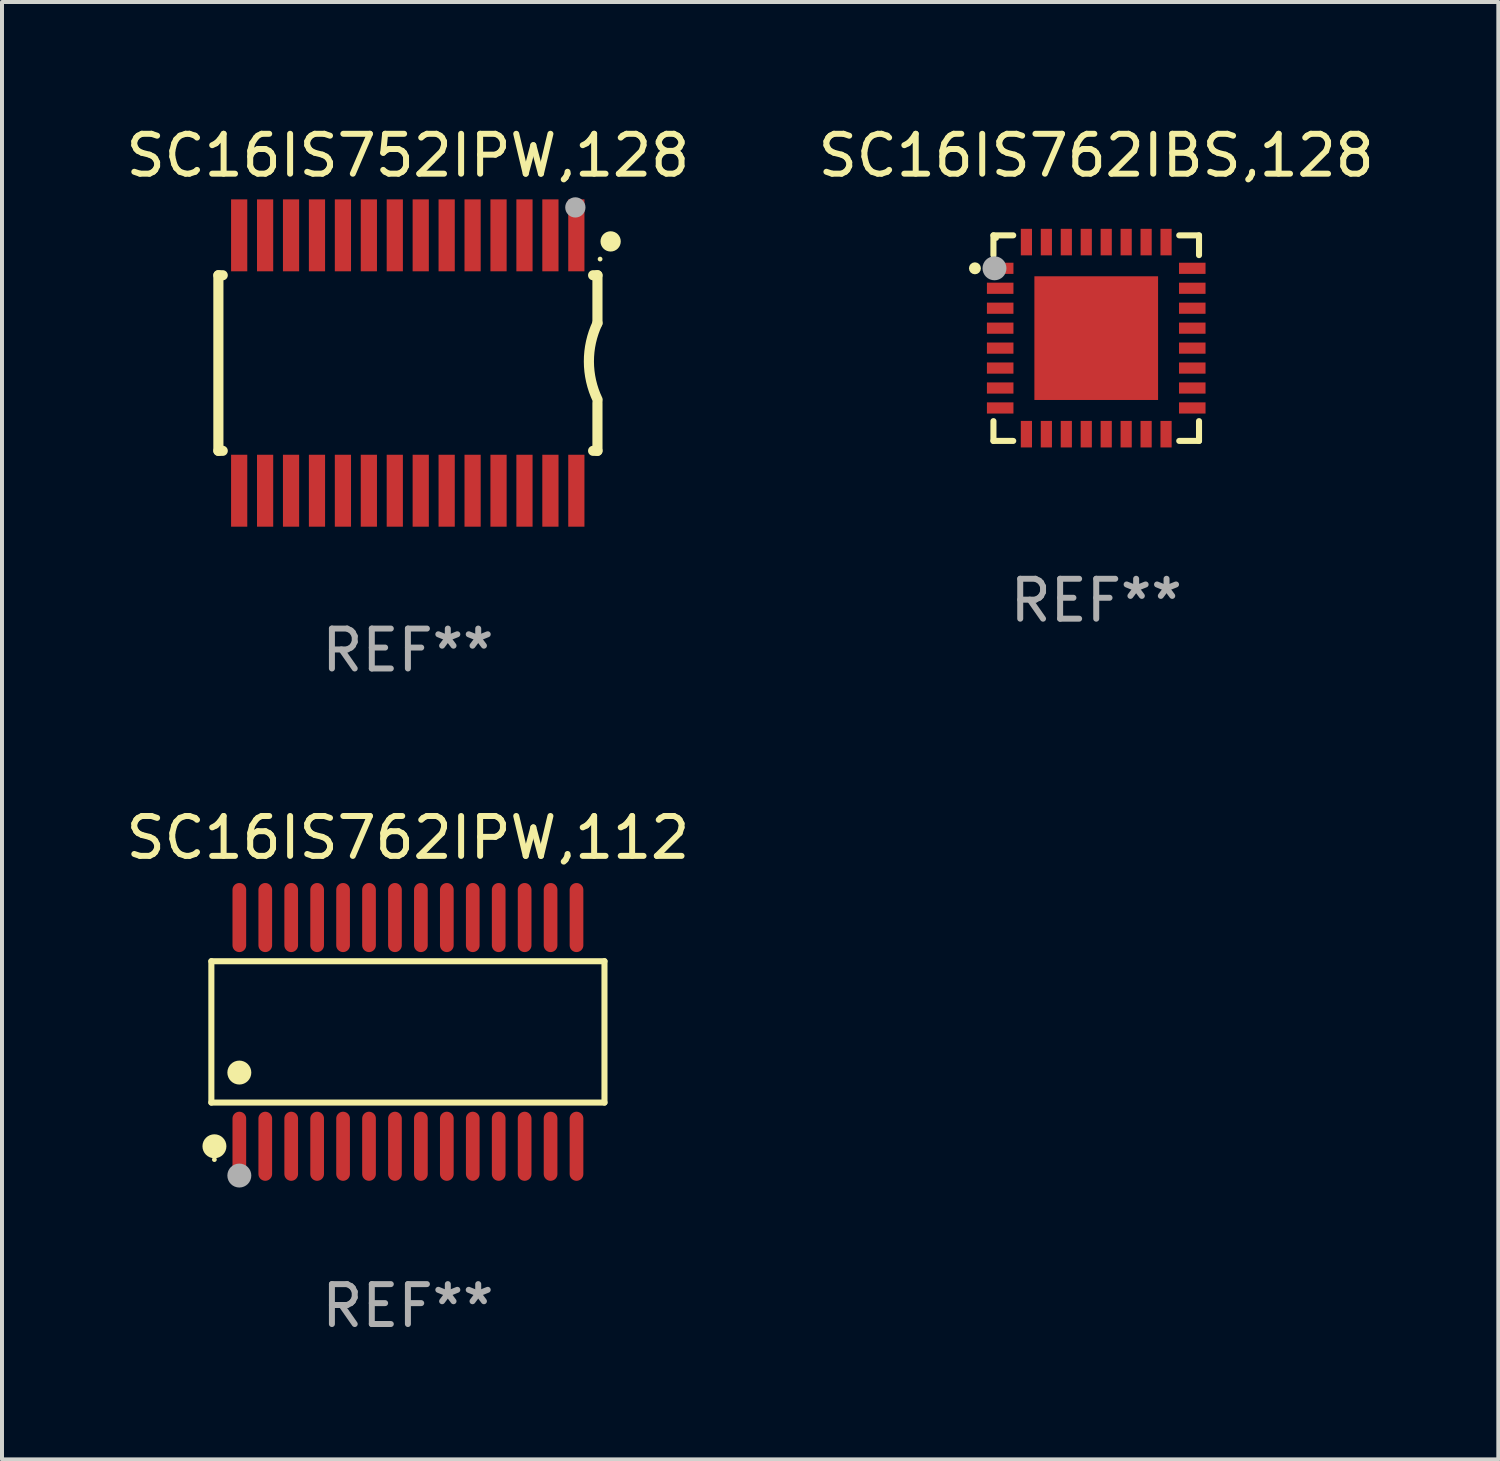
<source format=kicad_pcb>
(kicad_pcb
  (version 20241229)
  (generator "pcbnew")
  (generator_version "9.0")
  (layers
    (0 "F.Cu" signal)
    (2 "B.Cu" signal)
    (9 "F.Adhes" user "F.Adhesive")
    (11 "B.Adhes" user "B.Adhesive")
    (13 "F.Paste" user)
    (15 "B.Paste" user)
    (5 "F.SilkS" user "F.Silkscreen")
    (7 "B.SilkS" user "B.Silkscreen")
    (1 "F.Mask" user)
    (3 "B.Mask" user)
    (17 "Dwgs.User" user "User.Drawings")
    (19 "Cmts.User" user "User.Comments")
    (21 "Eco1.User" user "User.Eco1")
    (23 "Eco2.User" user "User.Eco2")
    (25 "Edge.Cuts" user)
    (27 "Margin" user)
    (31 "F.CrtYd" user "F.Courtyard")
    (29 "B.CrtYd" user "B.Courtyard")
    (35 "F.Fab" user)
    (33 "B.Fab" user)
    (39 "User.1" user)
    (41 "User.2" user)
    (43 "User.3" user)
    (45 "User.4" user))
  (footprint "SC16IS762IBS,128"
    (layer "F.Cu")
    (at 24.423 5.424)
    (property "Reference" "SC16IS762IBS,128" (at 0 -4.576 0) (layer "F.SilkS") (effects (font (size 1 1) (thickness 0.15))))
    (attr through_hole)
    (fp_line (start -2.576 -2.576) (end -2.576 -2.08) (stroke (width 0.152) (type solid)) (layer "F.SilkS"))
    (fp_line (start -2.576 2.576) (end -2.576 2.08) (stroke (width 0.152) (type solid)) (layer "F.SilkS"))
    (fp_line (start -2.08 -2.576) (end -2.576 -2.576) (stroke (width 0.152) (type solid)) (layer "F.SilkS"))
    (fp_line (start -2.08 2.576) (end -2.576 2.576) (stroke (width 0.152) (type solid)) (layer "F.SilkS"))
    (fp_line (start 2.08 -2.576) (end 2.576 -2.576) (stroke (width 0.152) (type solid)) (layer "F.SilkS"))
    (fp_line (start 2.08 2.576) (end 2.576 2.576) (stroke (width 0.152) (type solid)) (layer "F.SilkS"))
    (fp_line (start 2.576 -2.576) (end 2.576 -2.08) (stroke (width 0.152) (type solid)) (layer "F.SilkS"))
    (fp_line (start 2.576 2.576) (end 2.576 2.08) (stroke (width 0.152) (type solid)) (layer "F.SilkS"))
    (fp_circle (center -3.04 -1.75) (end -2.965 -1.75) (stroke (width 0.15) (type solid)) (fill no) (layer "F.SilkS"))
    (fp_circle (center -2.5 -2.5) (end -2.47 -2.5) (stroke (width 0.06) (type solid)) (fill no) (layer "F.SilkS"))
    (fp_circle (center -2.55 -1.75) (end -2.4 -1.75) (stroke (width 0.3) (type solid)) (fill no) (layer "F.Fab"))
    (fp_text user "REF**" (at 0 6.576 0) (layer "F.Fab") (effects (font (size 1 1) (thickness 0.15))))
    (pad "1" smd rect (at -2.407 -1.75) (size 0.665 0.28) (layers "F.Cu" "F.Mask" "F.Paste"))
    (pad "2" smd rect (at -2.407 -1.25) (size 0.665 0.28) (layers "F.Cu" "F.Mask" "F.Paste"))
    (pad "3" smd rect (at -2.407 -0.75) (size 0.665 0.28) (layers "F.Cu" "F.Mask" "F.Paste"))
    (pad "4" smd rect (at -2.407 -0.25) (size 0.665 0.28) (layers "F.Cu" "F.Mask" "F.Paste"))
    (pad "5" smd rect (at -2.407 0.25) (size 0.665 0.28) (layers "F.Cu" "F.Mask" "F.Paste"))
    (pad "6" smd rect (at -2.407 0.75) (size 0.665 0.28) (layers "F.Cu" "F.Mask" "F.Paste"))
    (pad "7" smd rect (at -2.407 1.25) (size 0.665 0.28) (layers "F.Cu" "F.Mask" "F.Paste"))
    (pad "8" smd rect (at -2.407 1.75) (size 0.665 0.28) (layers "F.Cu" "F.Mask" "F.Paste"))
    (pad "9" smd rect (at -1.75 2.407) (size 0.28 0.665) (layers "F.Cu" "F.Mask" "F.Paste"))
    (pad "10" smd rect (at -1.25 2.407) (size 0.28 0.665) (layers "F.Cu" "F.Mask" "F.Paste"))
    (pad "11" smd rect (at -0.75 2.407) (size 0.28 0.665) (layers "F.Cu" "F.Mask" "F.Paste"))
    (pad "12" smd rect (at -0.25 2.407) (size 0.28 0.665) (layers "F.Cu" "F.Mask" "F.Paste"))
    (pad "13" smd rect (at 0.25 2.407) (size 0.28 0.665) (layers "F.Cu" "F.Mask" "F.Paste"))
    (pad "14" smd rect (at 0.75 2.407) (size 0.28 0.665) (layers "F.Cu" "F.Mask" "F.Paste"))
    (pad "15" smd rect (at 1.25 2.407) (size 0.28 0.665) (layers "F.Cu" "F.Mask" "F.Paste"))
    (pad "16" smd rect (at 1.75 2.407) (size 0.28 0.665) (layers "F.Cu" "F.Mask" "F.Paste"))
    (pad "17" smd rect (at 2.407 1.75) (size 0.665 0.28) (layers "F.Cu" "F.Mask" "F.Paste"))
    (pad "18" smd rect (at 2.407 1.25) (size 0.665 0.28) (layers "F.Cu" "F.Mask" "F.Paste"))
    (pad "19" smd rect (at 2.407 0.75) (size 0.665 0.28) (layers "F.Cu" "F.Mask" "F.Paste"))
    (pad "20" smd rect (at 2.407 0.25) (size 0.665 0.28) (layers "F.Cu" "F.Mask" "F.Paste"))
    (pad "21" smd rect (at 2.407 -0.25) (size 0.665 0.28) (layers "F.Cu" "F.Mask" "F.Paste"))
    (pad "22" smd rect (at 2.407 -0.75) (size 0.665 0.28) (layers "F.Cu" "F.Mask" "F.Paste"))
    (pad "23" smd rect (at 2.407 -1.25) (size 0.665 0.28) (layers "F.Cu" "F.Mask" "F.Paste"))
    (pad "24" smd rect (at 2.407 -1.75) (size 0.665 0.28) (layers "F.Cu" "F.Mask" "F.Paste"))
    (pad "25" smd rect (at 1.75 -2.407) (size 0.28 0.665) (layers "F.Cu" "F.Mask" "F.Paste"))
    (pad "26" smd rect (at 1.25 -2.407) (size 0.28 0.665) (layers "F.Cu" "F.Mask" "F.Paste"))
    (pad "27" smd rect (at 0.75 -2.407) (size 0.28 0.665) (layers "F.Cu" "F.Mask" "F.Paste"))
    (pad "28" smd rect (at 0.25 -2.407) (size 0.28 0.665) (layers "F.Cu" "F.Mask" "F.Paste"))
    (pad "29" smd rect (at -0.25 -2.407) (size 0.28 0.665) (layers "F.Cu" "F.Mask" "F.Paste"))
    (pad "30" smd rect (at -0.75 -2.407) (size 0.28 0.665) (layers "F.Cu" "F.Mask" "F.Paste"))
    (pad "31" smd rect (at -1.25 -2.407) (size 0.28 0.665) (layers "F.Cu" "F.Mask" "F.Paste"))
    (pad "32" smd rect (at -1.75 -2.407) (size 0.28 0.665) (layers "F.Cu" "F.Mask" "F.Paste"))
    (pad "33" smd rect (at 0 0) (size 3.1 3.1) (layers "F.Cu" "F.Mask" "F.Paste")))
  (footprint "SC16IS752IPW,128"
    (layer "F.Cu")
    (at 7.173 6.048)
    (property "Reference" "SC16IS752IPW,128" (at 0 -5.2 0) (layer "F.SilkS") (effects (font (size 1 1) (thickness 0.15))))
    (attr through_hole)
    (fp_line (start -4.75 -2.2) (end -4.75 2.2) (stroke (width 0.254) (type solid)) (layer "F.SilkS"))
    (fp_line (start -4.641 -2.2) (end -4.75 -2.2) (stroke (width 0.254) (type solid)) (layer "F.SilkS"))
    (fp_line (start -4.641 2.2) (end -4.75 2.2) (stroke (width 0.254) (type solid)) (layer "F.SilkS"))
    (fp_line (start 4.75 -2.2) (end 4.641 -2.2) (stroke (width 0.254) (type solid)) (layer "F.SilkS"))
    (fp_line (start 4.75 -2.2) (end 4.75 -1) (stroke (width 0.254) (type solid)) (layer "F.SilkS"))
    (fp_line (start 4.75 2.2) (end 4.641 2.2) (stroke (width 0.254) (type solid)) (layer "F.SilkS"))
    (fp_line (start 4.75 2.2) (end 4.75 1) (stroke (width 0.254) (type solid)) (layer "F.SilkS"))
    (fp_arc (start 4.753975 0.920853) (mid 4.535464 -0.039101) (end 4.750013 -0.999949) (stroke (width 0.254001) (type solid)) (layer "F.SilkS"))
    (fp_circle (center 4.816 -2.605) (end 4.846 -2.605) (stroke (width 0.06) (type solid)) (fill no) (layer "F.SilkS"))
    (fp_circle (center 5.08 -3.048) (end 5.207 -3.048) (stroke (width 0.254) (type solid)) (fill no) (layer "F.SilkS"))
    (fp_circle (center 4.196 -3.9) (end 4.323 -3.9) (stroke (width 0.254) (type solid)) (fill no) (layer "F.Fab"))
    (fp_text user "REF**" (at 0 7.2 0) (layer "F.Fab") (effects (font (size 1 1) (thickness 0.15))))
    (pad "1" smd rect (at 4.221 -3.2 270) (size 1.803 0.406) (layers "F.Cu" "F.Mask" "F.Paste"))
    (pad "2" smd rect (at 3.571 -3.2 270) (size 1.803 0.406) (layers "F.Cu" "F.Mask" "F.Paste"))
    (pad "3" smd rect (at 2.921 -3.2 270) (size 1.803 0.406) (layers "F.Cu" "F.Mask" "F.Paste"))
    (pad "4" smd rect (at 2.271 -3.2 270) (size 1.803 0.406) (layers "F.Cu" "F.Mask" "F.Paste"))
    (pad "5" smd rect (at 1.621 -3.2 270) (size 1.803 0.406) (layers "F.Cu" "F.Mask" "F.Paste"))
    (pad "6" smd rect (at 0.971 -3.2 270) (size 1.803 0.406) (layers "F.Cu" "F.Mask" "F.Paste"))
    (pad "7" smd rect (at 0.321 -3.2 270) (size 1.803 0.406) (layers "F.Cu" "F.Mask" "F.Paste"))
    (pad "8" smd rect (at -0.329 -3.2 270) (size 1.803 0.406) (layers "F.Cu" "F.Mask" "F.Paste"))
    (pad "9" smd rect (at -0.979 -3.2 270) (size 1.803 0.406) (layers "F.Cu" "F.Mask" "F.Paste"))
    (pad "10" smd rect (at -1.629 -3.2 270) (size 1.803 0.406) (layers "F.Cu" "F.Mask" "F.Paste"))
    (pad "11" smd rect (at -2.279 -3.2 270) (size 1.803 0.406) (layers "F.Cu" "F.Mask" "F.Paste"))
    (pad "12" smd rect (at -2.929 -3.2 270) (size 1.803 0.406) (layers "F.Cu" "F.Mask" "F.Paste"))
    (pad "13" smd rect (at -3.579 -3.2 270) (size 1.803 0.406) (layers "F.Cu" "F.Mask" "F.Paste"))
    (pad "14" smd rect (at -4.229 -3.2 270) (size 1.803 0.406) (layers "F.Cu" "F.Mask" "F.Paste"))
    (pad "15" smd rect (at -4.229 3.2 270) (size 1.803 0.406) (layers "F.Cu" "F.Mask" "F.Paste"))
    (pad "16" smd rect (at -3.579 3.2 270) (size 1.803 0.406) (layers "F.Cu" "F.Mask" "F.Paste"))
    (pad "17" smd rect (at -2.929 3.2 270) (size 1.803 0.406) (layers "F.Cu" "F.Mask" "F.Paste"))
    (pad "18" smd rect (at -2.279 3.2 270) (size 1.803 0.406) (layers "F.Cu" "F.Mask" "F.Paste"))
    (pad "19" smd rect (at -1.629 3.2 270) (size 1.803 0.406) (layers "F.Cu" "F.Mask" "F.Paste"))
    (pad "20" smd rect (at -0.979 3.2 270) (size 1.803 0.406) (layers "F.Cu" "F.Mask" "F.Paste"))
    (pad "21" smd rect (at -0.329 3.2 270) (size 1.803 0.406) (layers "F.Cu" "F.Mask" "F.Paste"))
    (pad "22" smd rect (at 0.321 3.2 270) (size 1.803 0.406) (layers "F.Cu" "F.Mask" "F.Paste"))
    (pad "23" smd rect (at 0.971 3.2 270) (size 1.803 0.406) (layers "F.Cu" "F.Mask" "F.Paste"))
    (pad "24" smd rect (at 1.621 3.2 270) (size 1.803 0.406) (layers "F.Cu" "F.Mask" "F.Paste"))
    (pad "25" smd rect (at 2.271 3.2 270) (size 1.803 0.406) (layers "F.Cu" "F.Mask" "F.Paste"))
    (pad "26" smd rect (at 2.921 3.2 270) (size 1.803 0.406) (layers "F.Cu" "F.Mask" "F.Paste"))
    (pad "27" smd rect (at 3.571 3.2 270) (size 1.803 0.406) (layers "F.Cu" "F.Mask" "F.Paste"))
    (pad "28" smd rect (at 4.221 3.2 270) (size 1.803 0.406) (layers "F.Cu" "F.Mask" "F.Paste")))
  (footprint "SC16IS762IPW,112"
    (layer "F.Cu")
    (at 7.173 22.811)
    (property "Reference" "SC16IS762IPW,112" (at 0 -4.866 0) (layer "F.SilkS") (effects (font (size 1 1) (thickness 0.15))))
    (attr through_hole)
    (fp_line (start -4.926 -1.772) (end 4.926 -1.772) (stroke (width 0.152) (type solid)) (layer "F.SilkS"))
    (fp_line (start -4.926 1.771) (end -4.926 -1.772) (stroke (width 0.152) (type solid)) (layer "F.SilkS"))
    (fp_line (start 4.926 -1.772) (end 4.926 1.771) (stroke (width 0.152) (type solid)) (layer "F.SilkS"))
    (fp_line (start 4.926 1.771) (end -4.926 1.771) (stroke (width 0.152) (type solid)) (layer "F.SilkS"))
    (fp_circle (center -4.85 3.2) (end -4.82 3.2) (stroke (width 0.06) (type solid)) (fill no) (layer "F.SilkS"))
    (fp_circle (center -4.849 2.866) (end -4.699 2.866) (stroke (width 0.3) (type solid)) (fill no) (layer "F.SilkS"))
    (fp_circle (center -4.225 1.019) (end -4.075 1.019) (stroke (width 0.3) (type solid)) (fill no) (layer "F.SilkS"))
    (fp_circle (center -4.225 3.6) (end -4.075 3.6) (stroke (width 0.3) (type solid)) (fill no) (layer "F.Fab"))
    (fp_text user "REF**" (at 0 6.866 0) (layer "F.Fab") (effects (font (size 1 1) (thickness 0.15))))
    (pad "1" smd oval (at -4.225 2.866) (size 0.343 1.731) (layers "F.Cu" "F.Mask" "F.Paste"))
    (pad "2" smd oval (at -3.575 2.866) (size 0.343 1.731) (layers "F.Cu" "F.Mask" "F.Paste"))
    (pad "3" smd oval (at -2.925 2.866) (size 0.343 1.731) (layers "F.Cu" "F.Mask" "F.Paste"))
    (pad "4" smd oval (at -2.275 2.866) (size 0.343 1.731) (layers "F.Cu" "F.Mask" "F.Paste"))
    (pad "5" smd oval (at -1.625 2.866) (size 0.343 1.731) (layers "F.Cu" "F.Mask" "F.Paste"))
    (pad "6" smd oval (at -0.975 2.866) (size 0.343 1.731) (layers "F.Cu" "F.Mask" "F.Paste"))
    (pad "7" smd oval (at -0.325 2.866) (size 0.343 1.731) (layers "F.Cu" "F.Mask" "F.Paste"))
    (pad "8" smd oval (at 0.325 2.866) (size 0.343 1.731) (layers "F.Cu" "F.Mask" "F.Paste"))
    (pad "9" smd oval (at 0.975 2.866) (size 0.343 1.731) (layers "F.Cu" "F.Mask" "F.Paste"))
    (pad "10" smd oval (at 1.625 2.866) (size 0.343 1.731) (layers "F.Cu" "F.Mask" "F.Paste"))
    (pad "11" smd oval (at 2.275 2.866) (size 0.343 1.731) (layers "F.Cu" "F.Mask" "F.Paste"))
    (pad "12" smd oval (at 2.925 2.866) (size 0.343 1.731) (layers "F.Cu" "F.Mask" "F.Paste"))
    (pad "13" smd oval (at 3.575 2.866) (size 0.343 1.731) (layers "F.Cu" "F.Mask" "F.Paste"))
    (pad "14" smd oval (at 4.225 2.866) (size 0.343 1.731) (layers "F.Cu" "F.Mask" "F.Paste"))
    (pad "15" smd oval (at 4.225 -2.866) (size 0.343 1.731) (layers "F.Cu" "F.Mask" "F.Paste"))
    (pad "16" smd oval (at 3.575 -2.866) (size 0.343 1.731) (layers "F.Cu" "F.Mask" "F.Paste"))
    (pad "17" smd oval (at 2.925 -2.866) (size 0.343 1.731) (layers "F.Cu" "F.Mask" "F.Paste"))
    (pad "18" smd oval (at 2.275 -2.866) (size 0.343 1.731) (layers "F.Cu" "F.Mask" "F.Paste"))
    (pad "19" smd oval (at 1.625 -2.866) (size 0.343 1.731) (layers "F.Cu" "F.Mask" "F.Paste"))
    (pad "20" smd oval (at 0.975 -2.866) (size 0.343 1.731) (layers "F.Cu" "F.Mask" "F.Paste"))
    (pad "21" smd oval (at 0.325 -2.866) (size 0.343 1.731) (layers "F.Cu" "F.Mask" "F.Paste"))
    (pad "22" smd oval (at -0.325 -2.866) (size 0.343 1.731) (layers "F.Cu" "F.Mask" "F.Paste"))
    (pad "23" smd oval (at -0.975 -2.866) (size 0.343 1.731) (layers "F.Cu" "F.Mask" "F.Paste"))
    (pad "24" smd oval (at -1.625 -2.866) (size 0.343 1.731) (layers "F.Cu" "F.Mask" "F.Paste"))
    (pad "25" smd oval (at -2.275 -2.866) (size 0.343 1.731) (layers "F.Cu" "F.Mask" "F.Paste"))
    (pad "26" smd oval (at -2.925 -2.866) (size 0.343 1.731) (layers "F.Cu" "F.Mask" "F.Paste"))
    (pad "27" smd oval (at -3.575 -2.866) (size 0.343 1.731) (layers "F.Cu" "F.Mask" "F.Paste"))
    (pad "28" smd oval (at -4.225 -2.866) (size 0.343 1.731) (layers "F.Cu" "F.Mask" "F.Paste")))
  (gr_rect
    (start -3 -3)
    (end 34.5 33.525)
    (stroke (width 0.1) (type default))
    (fill no)
    (layer "Edge.Cuts")))
</source>
